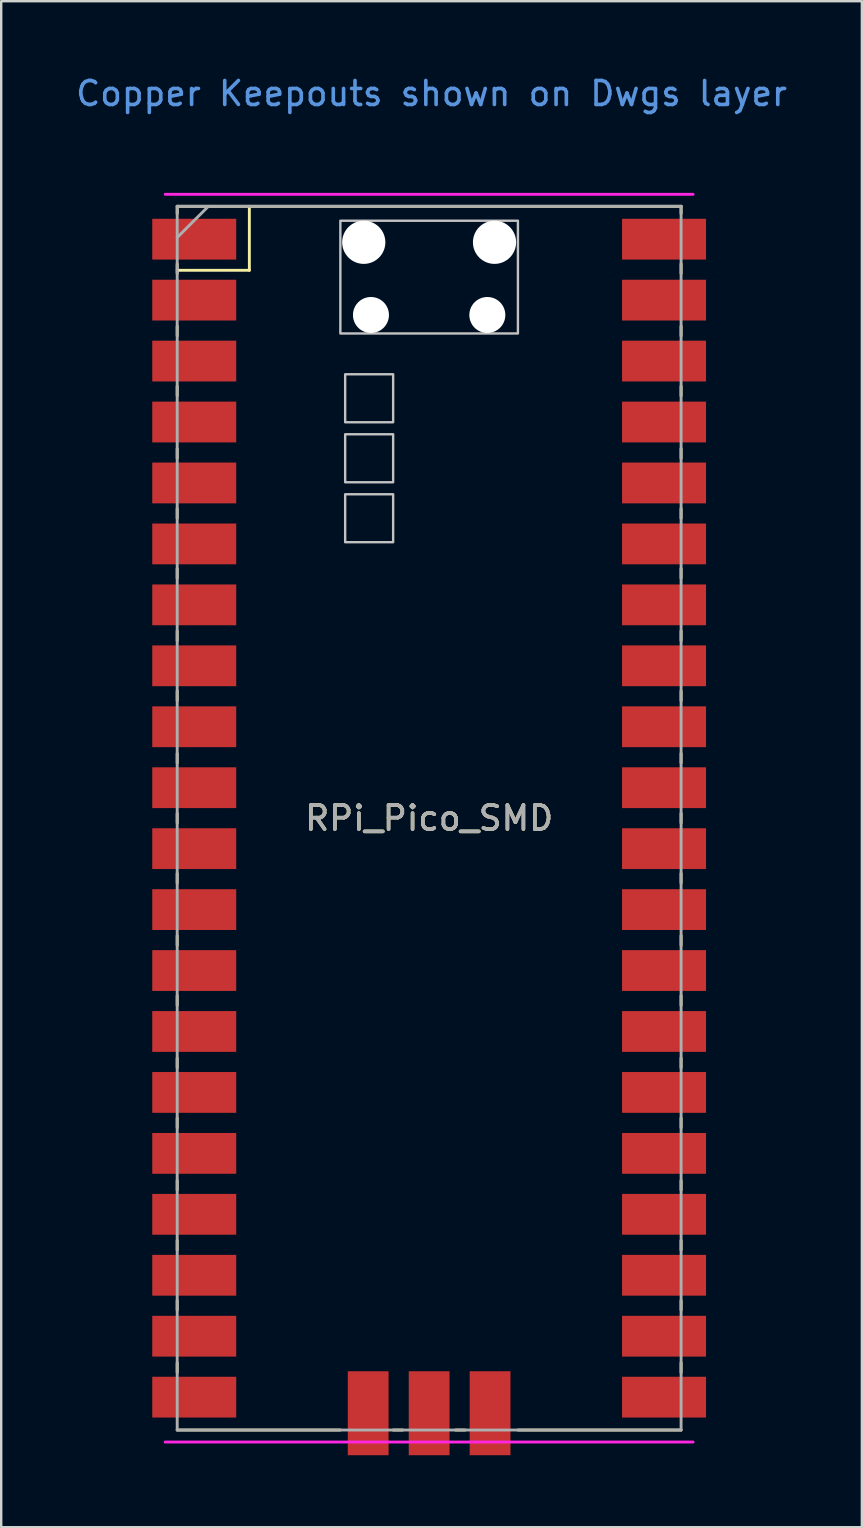
<source format=kicad_pcb>
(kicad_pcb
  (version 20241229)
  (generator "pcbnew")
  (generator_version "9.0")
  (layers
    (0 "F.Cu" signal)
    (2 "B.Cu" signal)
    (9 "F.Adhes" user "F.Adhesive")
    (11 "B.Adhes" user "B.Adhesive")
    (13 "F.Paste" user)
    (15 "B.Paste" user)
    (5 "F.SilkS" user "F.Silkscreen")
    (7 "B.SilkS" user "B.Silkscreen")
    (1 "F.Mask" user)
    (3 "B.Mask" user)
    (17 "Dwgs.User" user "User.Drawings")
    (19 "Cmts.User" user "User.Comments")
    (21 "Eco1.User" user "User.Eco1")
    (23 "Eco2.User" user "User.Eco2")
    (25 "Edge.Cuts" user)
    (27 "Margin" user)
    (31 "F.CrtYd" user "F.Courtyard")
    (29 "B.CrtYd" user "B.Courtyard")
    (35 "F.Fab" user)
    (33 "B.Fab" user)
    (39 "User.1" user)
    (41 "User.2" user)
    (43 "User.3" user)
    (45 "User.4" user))
  (footprint "RPi_Pico_SMD"
    (layer "F.Cu")
    (at 14.835 31.048)
    (property "Reference" "RPi_Pico_SMD" (at 0 0 0) (layer "F.SilkS") (effects (font (size 1 1) (thickness 0.15))))
    (attr through_hole)
    (fp_line (start -10.5 -25.5) (end -10.5 -25.2) (stroke (width 0.12) (type solid)) (layer "F.SilkS"))
    (fp_line (start -10.5 -25.5) (end 10.5 -25.5) (stroke (width 0.12) (type solid)) (layer "F.SilkS"))
    (fp_line (start -10.5 -23.1) (end -10.5 -22.7) (stroke (width 0.12) (type solid)) (layer "F.SilkS"))
    (fp_line (start -10.5 -22.833) (end -7.493 -22.833) (stroke (width 0.12) (type solid)) (layer "F.SilkS"))
    (fp_line (start -10.5 -20.5) (end -10.5 -20.1) (stroke (width 0.12) (type solid)) (layer "F.SilkS"))
    (fp_line (start -10.5 -18) (end -10.5 -17.6) (stroke (width 0.12) (type solid)) (layer "F.SilkS"))
    (fp_line (start -10.5 -15.4) (end -10.5 -15) (stroke (width 0.12) (type solid)) (layer "F.SilkS"))
    (fp_line (start -10.5 -12.9) (end -10.5 -12.5) (stroke (width 0.12) (type solid)) (layer "F.SilkS"))
    (fp_line (start -10.5 -10.4) (end -10.5 -10) (stroke (width 0.12) (type solid)) (layer "F.SilkS"))
    (fp_line (start -10.5 -7.8) (end -10.5 -7.4) (stroke (width 0.12) (type solid)) (layer "F.SilkS"))
    (fp_line (start -10.5 -5.3) (end -10.5 -4.9) (stroke (width 0.12) (type solid)) (layer "F.SilkS"))
    (fp_line (start -10.5 -2.7) (end -10.5 -2.3) (stroke (width 0.12) (type solid)) (layer "F.SilkS"))
    (fp_line (start -10.5 -0.2) (end -10.5 0.2) (stroke (width 0.12) (type solid)) (layer "F.SilkS"))
    (fp_line (start -10.5 2.3) (end -10.5 2.7) (stroke (width 0.12) (type solid)) (layer "F.SilkS"))
    (fp_line (start -10.5 4.9) (end -10.5 5.3) (stroke (width 0.12) (type solid)) (layer "F.SilkS"))
    (fp_line (start -10.5 7.4) (end -10.5 7.8) (stroke (width 0.12) (type solid)) (layer "F.SilkS"))
    (fp_line (start -10.5 10) (end -10.5 10.4) (stroke (width 0.12) (type solid)) (layer "F.SilkS"))
    (fp_line (start -10.5 12.5) (end -10.5 12.9) (stroke (width 0.12) (type solid)) (layer "F.SilkS"))
    (fp_line (start -10.5 15.1) (end -10.5 15.5) (stroke (width 0.12) (type solid)) (layer "F.SilkS"))
    (fp_line (start -10.5 17.6) (end -10.5 18) (stroke (width 0.12) (type solid)) (layer "F.SilkS"))
    (fp_line (start -10.5 20.1) (end -10.5 20.5) (stroke (width 0.12) (type solid)) (layer "F.SilkS"))
    (fp_line (start -10.5 22.7) (end -10.5 23.1) (stroke (width 0.12) (type solid)) (layer "F.SilkS"))
    (fp_line (start -7.493 -22.833) (end -7.493 -25.5) (stroke (width 0.12) (type solid)) (layer "F.SilkS"))
    (fp_line (start -3.7 25.5) (end -10.5 25.5) (stroke (width 0.12) (type solid)) (layer "F.SilkS"))
    (fp_line (start -1.5 25.5) (end -1.1 25.5) (stroke (width 0.12) (type solid)) (layer "F.SilkS"))
    (fp_line (start 1.1 25.5) (end 1.5 25.5) (stroke (width 0.12) (type solid)) (layer "F.SilkS"))
    (fp_line (start 10.5 -25.5) (end 10.5 -25.2) (stroke (width 0.12) (type solid)) (layer "F.SilkS"))
    (fp_line (start 10.5 -23.1) (end 10.5 -22.7) (stroke (width 0.12) (type solid)) (layer "F.SilkS"))
    (fp_line (start 10.5 -20.5) (end 10.5 -20.1) (stroke (width 0.12) (type solid)) (layer "F.SilkS"))
    (fp_line (start 10.5 -18) (end 10.5 -17.6) (stroke (width 0.12) (type solid)) (layer "F.SilkS"))
    (fp_line (start 10.5 -15.4) (end 10.5 -15) (stroke (width 0.12) (type solid)) (layer "F.SilkS"))
    (fp_line (start 10.5 -12.9) (end 10.5 -12.5) (stroke (width 0.12) (type solid)) (layer "F.SilkS"))
    (fp_line (start 10.5 -10.4) (end 10.5 -10) (stroke (width 0.12) (type solid)) (layer "F.SilkS"))
    (fp_line (start 10.5 -7.8) (end 10.5 -7.4) (stroke (width 0.12) (type solid)) (layer "F.SilkS"))
    (fp_line (start 10.5 -5.3) (end 10.5 -4.9) (stroke (width 0.12) (type solid)) (layer "F.SilkS"))
    (fp_line (start 10.5 -2.7) (end 10.5 -2.3) (stroke (width 0.12) (type solid)) (layer "F.SilkS"))
    (fp_line (start 10.5 -0.2) (end 10.5 0.2) (stroke (width 0.12) (type solid)) (layer "F.SilkS"))
    (fp_line (start 10.5 2.3) (end 10.5 2.7) (stroke (width 0.12) (type solid)) (layer "F.SilkS"))
    (fp_line (start 10.5 4.9) (end 10.5 5.3) (stroke (width 0.12) (type solid)) (layer "F.SilkS"))
    (fp_line (start 10.5 7.4) (end 10.5 7.8) (stroke (width 0.12) (type solid)) (layer "F.SilkS"))
    (fp_line (start 10.5 10) (end 10.5 10.4) (stroke (width 0.12) (type solid)) (layer "F.SilkS"))
    (fp_line (start 10.5 12.5) (end 10.5 12.9) (stroke (width 0.12) (type solid)) (layer "F.SilkS"))
    (fp_line (start 10.5 15.1) (end 10.5 15.5) (stroke (width 0.12) (type solid)) (layer "F.SilkS"))
    (fp_line (start 10.5 17.6) (end 10.5 18) (stroke (width 0.12) (type solid)) (layer "F.SilkS"))
    (fp_line (start 10.5 20.1) (end 10.5 20.5) (stroke (width 0.12) (type solid)) (layer "F.SilkS"))
    (fp_line (start 10.5 22.7) (end 10.5 23.1) (stroke (width 0.12) (type solid)) (layer "F.SilkS"))
    (fp_line (start 10.5 25.5) (end 3.7 25.5) (stroke (width 0.12) (type solid)) (layer "F.SilkS"))
    (fp_poly (pts (xy -1.5 -16.5) (xy -3.5 -16.5) (xy -3.5 -18.5) (xy -1.5 -18.5)) (stroke (width 0.1) (type solid)) (fill no) (layer "Dwgs.User"))
    (fp_poly (pts (xy -1.5 -14) (xy -3.5 -14) (xy -3.5 -16) (xy -1.5 -16)) (stroke (width 0.1) (type solid)) (fill no) (layer "Dwgs.User"))
    (fp_poly (pts (xy -1.5 -11.5) (xy -3.5 -11.5) (xy -3.5 -13.5) (xy -1.5 -13.5)) (stroke (width 0.1) (type solid)) (fill no) (layer "Dwgs.User"))
    (fp_poly (pts (xy 3.7 -20.2) (xy -3.7 -20.2) (xy -3.7 -24.9) (xy 3.7 -24.9)) (stroke (width 0.1) (type solid)) (fill no) (layer "Dwgs.User"))
    (fp_line (start -11 -26) (end 11 -26) (stroke (width 0.12) (type solid)) (layer "F.CrtYd"))
    (fp_line (start 11 26) (end -11 26) (stroke (width 0.12) (type solid)) (layer "F.CrtYd"))
    (fp_line (start -10.5 -25.5) (end 10.5 -25.5) (stroke (width 0.12) (type solid)) (layer "F.Fab"))
    (fp_line (start -10.5 -24.2) (end -9.2 -25.5) (stroke (width 0.12) (type solid)) (layer "F.Fab"))
    (fp_line (start -10.5 25.5) (end -10.5 -25.5) (stroke (width 0.12) (type solid)) (layer "F.Fab"))
    (fp_line (start 10.5 -25.5) (end 10.5 25.5) (stroke (width 0.12) (type solid)) (layer "F.Fab"))
    (fp_line (start 10.5 25.5) (end -10.5 25.5) (stroke (width 0.12) (type solid)) (layer "F.Fab"))
    (fp_text user "Copper Keepouts shown on Dwgs layer" (at 0.1 -30.2 0) (layer "Cmts.User") (effects (font (size 1 1) (thickness 0.15))))
    (fp_text user "${REFERENCE}" (at 0 0 180) (layer "F.Fab") (effects (font (size 1 1) (thickness 0.15))))
    (pad "" np_thru_hole oval (at -2.725 -24) (size 1.8 1.8) (drill 1.8) (layers "*.Cu" "*.Mask"))
    (pad "" np_thru_hole oval (at -2.425 -20.97) (size 1.5 1.5) (drill 1.5) (layers "*.Cu" "*.Mask"))
    (pad "" np_thru_hole oval (at 2.425 -20.97) (size 1.5 1.5) (drill 1.5) (layers "*.Cu" "*.Mask"))
    (pad "" np_thru_hole oval (at 2.725 -24) (size 1.8 1.8) (drill 1.8) (layers "*.Cu" "*.Mask"))
    (pad "1" smd rect (at -8.89 -24.13) (size 3.5 1.7) (drill (offset -0.9 0)) (layers "F.Cu" "F.Mask"))
    (pad "2" smd rect (at -8.89 -21.59) (size 3.5 1.7) (drill (offset -0.9 0)) (layers "F.Cu" "F.Mask"))
    (pad "3" smd rect (at -8.89 -19.05) (size 3.5 1.7) (drill (offset -0.9 0)) (layers "F.Cu" "F.Mask"))
    (pad "4" smd rect (at -8.89 -16.51) (size 3.5 1.7) (drill (offset -0.9 0)) (layers "F.Cu" "F.Mask"))
    (pad "5" smd rect (at -8.89 -13.97) (size 3.5 1.7) (drill (offset -0.9 0)) (layers "F.Cu" "F.Mask"))
    (pad "6" smd rect (at -8.89 -11.43) (size 3.5 1.7) (drill (offset -0.9 0)) (layers "F.Cu" "F.Mask"))
    (pad "7" smd rect (at -8.89 -8.89) (size 3.5 1.7) (drill (offset -0.9 0)) (layers "F.Cu" "F.Mask"))
    (pad "8" smd rect (at -8.89 -6.35) (size 3.5 1.7) (drill (offset -0.9 0)) (layers "F.Cu" "F.Mask"))
    (pad "9" smd rect (at -8.89 -3.81) (size 3.5 1.7) (drill (offset -0.9 0)) (layers "F.Cu" "F.Mask"))
    (pad "10" smd rect (at -8.89 -1.27) (size 3.5 1.7) (drill (offset -0.9 0)) (layers "F.Cu" "F.Mask"))
    (pad "11" smd rect (at -8.89 1.27) (size 3.5 1.7) (drill (offset -0.9 0)) (layers "F.Cu" "F.Mask"))
    (pad "12" smd rect (at -8.89 3.81) (size 3.5 1.7) (drill (offset -0.9 0)) (layers "F.Cu" "F.Mask"))
    (pad "13" smd rect (at -8.89 6.35) (size 3.5 1.7) (drill (offset -0.9 0)) (layers "F.Cu" "F.Mask"))
    (pad "14" smd rect (at -8.89 8.89) (size 3.5 1.7) (drill (offset -0.9 0)) (layers "F.Cu" "F.Mask"))
    (pad "15" smd rect (at -8.89 11.43) (size 3.5 1.7) (drill (offset -0.9 0)) (layers "F.Cu" "F.Mask"))
    (pad "16" smd rect (at -8.89 13.97) (size 3.5 1.7) (drill (offset -0.9 0)) (layers "F.Cu" "F.Mask"))
    (pad "17" smd rect (at -8.89 16.51) (size 3.5 1.7) (drill (offset -0.9 0)) (layers "F.Cu" "F.Mask"))
    (pad "18" smd rect (at -8.89 19.05) (size 3.5 1.7) (drill (offset -0.9 0)) (layers "F.Cu" "F.Mask"))
    (pad "19" smd rect (at -8.89 21.59) (size 3.5 1.7) (drill (offset -0.9 0)) (layers "F.Cu" "F.Mask"))
    (pad "20" smd rect (at -8.89 24.13) (size 3.5 1.7) (drill (offset -0.9 0)) (layers "F.Cu" "F.Mask"))
    (pad "21" smd rect (at 8.89 24.13) (size 3.5 1.7) (drill (offset 0.9 0)) (layers "F.Cu" "F.Mask"))
    (pad "22" smd rect (at 8.89 21.59) (size 3.5 1.7) (drill (offset 0.9 0)) (layers "F.Cu" "F.Mask"))
    (pad "23" smd rect (at 8.89 19.05) (size 3.5 1.7) (drill (offset 0.9 0)) (layers "F.Cu" "F.Mask"))
    (pad "24" smd rect (at 8.89 16.51) (size 3.5 1.7) (drill (offset 0.9 0)) (layers "F.Cu" "F.Mask"))
    (pad "25" smd rect (at 8.89 13.97) (size 3.5 1.7) (drill (offset 0.9 0)) (layers "F.Cu" "F.Mask"))
    (pad "26" smd rect (at 8.89 11.43) (size 3.5 1.7) (drill (offset 0.9 0)) (layers "F.Cu" "F.Mask"))
    (pad "27" smd rect (at 8.89 8.89) (size 3.5 1.7) (drill (offset 0.9 0)) (layers "F.Cu" "F.Mask"))
    (pad "28" smd rect (at 8.89 6.35) (size 3.5 1.7) (drill (offset 0.9 0)) (layers "F.Cu" "F.Mask"))
    (pad "29" smd rect (at 8.89 3.81) (size 3.5 1.7) (drill (offset 0.9 0)) (layers "F.Cu" "F.Mask"))
    (pad "30" smd rect (at 8.89 1.27) (size 3.5 1.7) (drill (offset 0.9 0)) (layers "F.Cu" "F.Mask"))
    (pad "31" smd rect (at 8.89 -1.27) (size 3.5 1.7) (drill (offset 0.9 0)) (layers "F.Cu" "F.Mask"))
    (pad "32" smd rect (at 8.89 -3.81) (size 3.5 1.7) (drill (offset 0.9 0)) (layers "F.Cu" "F.Mask"))
    (pad "33" smd rect (at 8.89 -6.35) (size 3.5 1.7) (drill (offset 0.9 0)) (layers "F.Cu" "F.Mask"))
    (pad "34" smd rect (at 8.89 -8.89) (size 3.5 1.7) (drill (offset 0.9 0)) (layers "F.Cu" "F.Mask"))
    (pad "35" smd rect (at 8.89 -11.43) (size 3.5 1.7) (drill (offset 0.9 0)) (layers "F.Cu" "F.Mask"))
    (pad "36" smd rect (at 8.89 -13.97) (size 3.5 1.7) (drill (offset 0.9 0)) (layers "F.Cu" "F.Mask"))
    (pad "37" smd rect (at 8.89 -16.51) (size 3.5 1.7) (drill (offset 0.9 0)) (layers "F.Cu" "F.Mask"))
    (pad "38" smd rect (at 8.89 -19.05) (size 3.5 1.7) (drill (offset 0.9 0)) (layers "F.Cu" "F.Mask"))
    (pad "39" smd rect (at 8.89 -21.59) (size 3.5 1.7) (drill (offset 0.9 0)) (layers "F.Cu" "F.Mask"))
    (pad "40" smd rect (at 8.89 -24.13) (size 3.5 1.7) (drill (offset 0.9 0)) (layers "F.Cu" "F.Mask"))
    (pad "41" smd rect (at -2.54 23.9 90) (size 3.5 1.7) (drill (offset -0.9 0)) (layers "F.Cu" "F.Mask"))
    (pad "42" smd rect (at 0 23.9 90) (size 3.5 1.7) (drill (offset -0.9 0)) (layers "F.Cu" "F.Mask"))
    (pad "43" smd rect (at 2.54 23.9 90) (size 3.5 1.7) (drill (offset -0.9 0)) (layers "F.Cu" "F.Mask")))
  (gr_rect
    (start -3 -3)
    (end 32.869 60.598)
    (stroke (width 0.1) (type default))
    (fill no)
    (layer "Edge.Cuts")))
</source>
